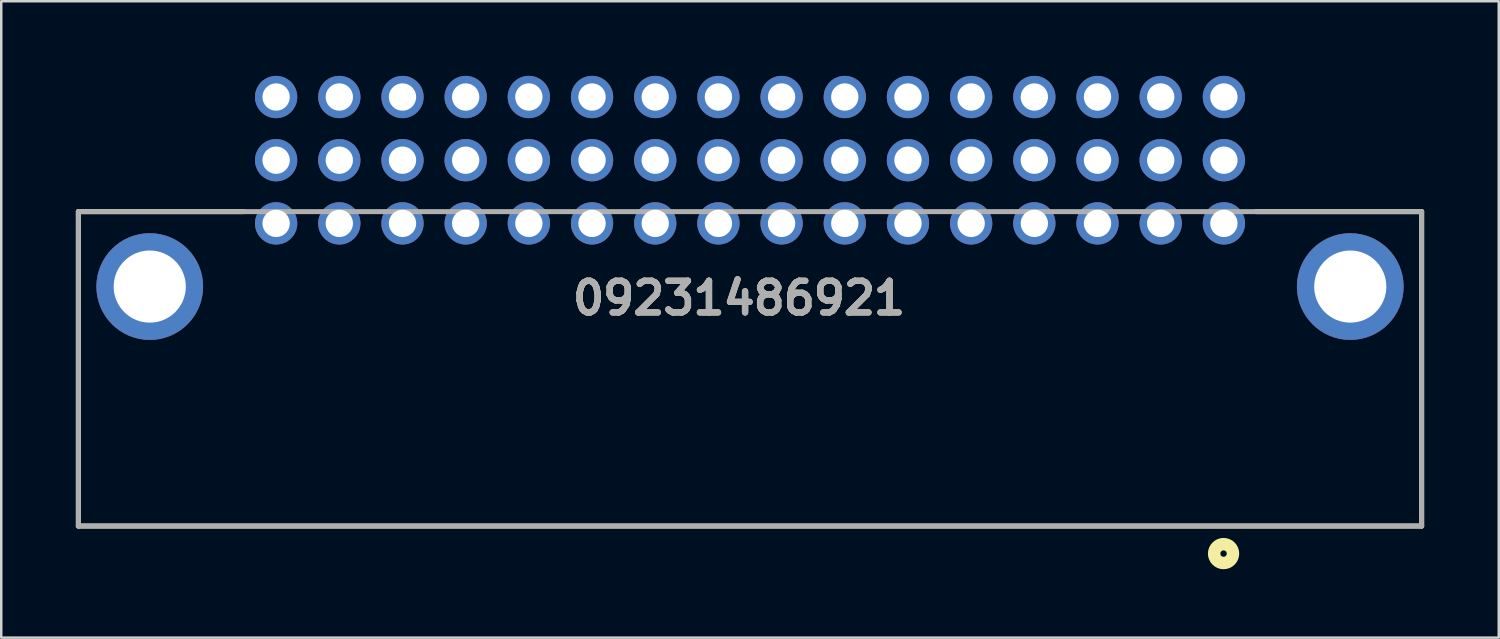
<source format=kicad_pcb>
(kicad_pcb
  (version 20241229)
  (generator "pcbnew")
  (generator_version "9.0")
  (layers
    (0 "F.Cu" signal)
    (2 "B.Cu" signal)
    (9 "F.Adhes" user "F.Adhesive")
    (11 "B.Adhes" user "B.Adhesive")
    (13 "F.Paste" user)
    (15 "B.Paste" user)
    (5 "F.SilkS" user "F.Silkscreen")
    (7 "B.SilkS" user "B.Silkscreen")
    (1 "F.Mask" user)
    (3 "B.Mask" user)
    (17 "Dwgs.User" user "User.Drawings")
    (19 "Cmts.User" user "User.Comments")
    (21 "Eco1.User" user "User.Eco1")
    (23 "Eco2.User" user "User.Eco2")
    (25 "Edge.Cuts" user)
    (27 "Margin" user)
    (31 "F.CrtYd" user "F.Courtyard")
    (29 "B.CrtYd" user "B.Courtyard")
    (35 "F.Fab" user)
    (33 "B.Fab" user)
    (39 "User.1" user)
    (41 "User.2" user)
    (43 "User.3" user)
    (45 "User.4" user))
  (footprint "09231486921"
    (layer "F.Cu")
    (at 27.1 5.457)
    (property "Reference" "09231486921" (at -0.44 3.477 0) (layer "F.SilkS") (effects (font (size 1.27 1.27) (thickness 0.254))))
    (attr through_hole)
    (fp_line (start -27 0) (end -27 12.64) (stroke (width 0.2) (type solid)) (layer "F.SilkS"))
    (fp_line (start -27 0) (end -20.335 0) (stroke (width 0.2) (type solid)) (layer "F.SilkS"))
    (fp_line (start -27 12.64) (end 27 12.64) (stroke (width 0.2) (type solid)) (layer "F.SilkS"))
    (fp_line (start 27 0) (end 20.335 0) (stroke (width 0.2) (type solid)) (layer "F.SilkS"))
    (fp_line (start 27 12.64) (end 27 0) (stroke (width 0.2) (type solid)) (layer "F.SilkS"))
    (fp_circle (center 19.037 13.747) (end 19.037 13.876) (stroke (width 0.5) (type solid)) (fill no) (layer "F.SilkS"))
    (fp_line (start -27 0) (end 27 0) (stroke (width 0.2) (type solid)) (layer "F.Fab"))
    (fp_line (start -27 12.64) (end -27 0) (stroke (width 0.2) (type solid)) (layer "F.Fab"))
    (fp_line (start 27 0) (end 27 12.64) (stroke (width 0.2) (type solid)) (layer "F.Fab"))
    (fp_line (start 27 12.64) (end -27 12.64) (stroke (width 0.2) (type solid)) (layer "F.Fab"))
    (fp_text user "${REFERENCE}" (at -0.44 3.477 0) (layer "F.Fab") (effects (font (size 1.27 1.27) (thickness 0.254))))
    (pad "A1" thru_hole circle (at 19.05 0.473) (size 1.7 1.7) (drill 1.1) (layers "*.Cu" "*.Mask"))
    (pad "A2" thru_hole circle (at 16.51 0.473) (size 1.7 1.7) (drill 1.1) (layers "*.Cu" "*.Mask"))
    (pad "A3" thru_hole circle (at 13.97 0.473) (size 1.7 1.7) (drill 1.1) (layers "*.Cu" "*.Mask"))
    (pad "A4" thru_hole circle (at 11.43 0.473) (size 1.7 1.7) (drill 1.1) (layers "*.Cu" "*.Mask"))
    (pad "A5" thru_hole circle (at 8.89 0.473) (size 1.7 1.7) (drill 1.1) (layers "*.Cu" "*.Mask"))
    (pad "A6" thru_hole circle (at 6.35 0.473) (size 1.7 1.7) (drill 1.1) (layers "*.Cu" "*.Mask"))
    (pad "A7" thru_hole circle (at 3.81 0.473) (size 1.7 1.7) (drill 1.1) (layers "*.Cu" "*.Mask"))
    (pad "A8" thru_hole circle (at 1.27 0.473) (size 1.7 1.7) (drill 1.1) (layers "*.Cu" "*.Mask"))
    (pad "A9" thru_hole circle (at -1.27 0.473) (size 1.7 1.7) (drill 1.1) (layers "*.Cu" "*.Mask"))
    (pad "A10" thru_hole circle (at -3.81 0.473) (size 1.7 1.7) (drill 1.1) (layers "*.Cu" "*.Mask"))
    (pad "A11" thru_hole circle (at -6.35 0.473) (size 1.7 1.7) (drill 1.1) (layers "*.Cu" "*.Mask"))
    (pad "A12" thru_hole circle (at -8.89 0.473) (size 1.7 1.7) (drill 1.1) (layers "*.Cu" "*.Mask"))
    (pad "A13" thru_hole circle (at -11.43 0.473) (size 1.7 1.7) (drill 1.1) (layers "*.Cu" "*.Mask"))
    (pad "A14" thru_hole circle (at -13.97 0.473) (size 1.7 1.7) (drill 1.1) (layers "*.Cu" "*.Mask"))
    (pad "A15" thru_hole circle (at -16.51 0.473) (size 1.7 1.7) (drill 1.1) (layers "*.Cu" "*.Mask"))
    (pad "A16" thru_hole circle (at -19.05 0.473) (size 1.7 1.7) (drill 1.1) (layers "*.Cu" "*.Mask"))
    (pad "B1" thru_hole circle (at 19.05 -2.067) (size 1.7 1.7) (drill 1.1) (layers "*.Cu" "*.Mask"))
    (pad "B2" thru_hole circle (at 16.51 -2.067) (size 1.7 1.7) (drill 1.1) (layers "*.Cu" "*.Mask"))
    (pad "B3" thru_hole circle (at 13.97 -2.067) (size 1.7 1.7) (drill 1.1) (layers "*.Cu" "*.Mask"))
    (pad "B4" thru_hole circle (at 11.43 -2.067) (size 1.7 1.7) (drill 1.1) (layers "*.Cu" "*.Mask"))
    (pad "B5" thru_hole circle (at 8.89 -2.067) (size 1.7 1.7) (drill 1.1) (layers "*.Cu" "*.Mask"))
    (pad "B6" thru_hole circle (at 6.35 -2.067) (size 1.7 1.7) (drill 1.1) (layers "*.Cu" "*.Mask"))
    (pad "B7" thru_hole circle (at 3.81 -2.067) (size 1.7 1.7) (drill 1.1) (layers "*.Cu" "*.Mask"))
    (pad "B8" thru_hole circle (at 1.27 -2.067) (size 1.7 1.7) (drill 1.1) (layers "*.Cu" "*.Mask"))
    (pad "B9" thru_hole circle (at -1.27 -2.067) (size 1.7 1.7) (drill 1.1) (layers "*.Cu" "*.Mask"))
    (pad "B10" thru_hole circle (at -3.81 -2.067) (size 1.7 1.7) (drill 1.1) (layers "*.Cu" "*.Mask"))
    (pad "B11" thru_hole circle (at -6.35 -2.067) (size 1.7 1.7) (drill 1.1) (layers "*.Cu" "*.Mask"))
    (pad "B12" thru_hole circle (at -8.89 -2.067) (size 1.7 1.7) (drill 1.1) (layers "*.Cu" "*.Mask"))
    (pad "B13" thru_hole circle (at -11.43 -2.067) (size 1.7 1.7) (drill 1.1) (layers "*.Cu" "*.Mask"))
    (pad "B14" thru_hole circle (at -13.97 -2.067) (size 1.7 1.7) (drill 1.1) (layers "*.Cu" "*.Mask"))
    (pad "B15" thru_hole circle (at -16.51 -2.067) (size 1.7 1.7) (drill 1.1) (layers "*.Cu" "*.Mask"))
    (pad "B16" thru_hole circle (at -19.05 -2.067) (size 1.7 1.7) (drill 1.1) (layers "*.Cu" "*.Mask"))
    (pad "C1" thru_hole circle (at 19.05 -4.607) (size 1.7 1.7) (drill 1.1) (layers "*.Cu" "*.Mask"))
    (pad "C2" thru_hole circle (at 16.51 -4.607) (size 1.7 1.7) (drill 1.1) (layers "*.Cu" "*.Mask"))
    (pad "C3" thru_hole circle (at 13.97 -4.607) (size 1.7 1.7) (drill 1.1) (layers "*.Cu" "*.Mask"))
    (pad "C4" thru_hole circle (at 11.43 -4.607) (size 1.7 1.7) (drill 1.1) (layers "*.Cu" "*.Mask"))
    (pad "C5" thru_hole circle (at 8.89 -4.607) (size 1.7 1.7) (drill 1.1) (layers "*.Cu" "*.Mask"))
    (pad "C6" thru_hole circle (at 6.35 -4.607) (size 1.7 1.7) (drill 1.1) (layers "*.Cu" "*.Mask"))
    (pad "C7" thru_hole circle (at 3.81 -4.607) (size 1.7 1.7) (drill 1.1) (layers "*.Cu" "*.Mask"))
    (pad "C8" thru_hole circle (at 1.27 -4.607) (size 1.7 1.7) (drill 1.1) (layers "*.Cu" "*.Mask"))
    (pad "C9" thru_hole circle (at -1.27 -4.607) (size 1.7 1.7) (drill 1.1) (layers "*.Cu" "*.Mask"))
    (pad "C10" thru_hole circle (at -3.81 -4.607) (size 1.7 1.7) (drill 1.1) (layers "*.Cu" "*.Mask"))
    (pad "C11" thru_hole circle (at -6.35 -4.607) (size 1.7 1.7) (drill 1.1) (layers "*.Cu" "*.Mask"))
    (pad "C12" thru_hole circle (at -8.89 -4.607) (size 1.7 1.7) (drill 1.1) (layers "*.Cu" "*.Mask"))
    (pad "C13" thru_hole circle (at -11.43 -4.607) (size 1.7 1.7) (drill 1.1) (layers "*.Cu" "*.Mask"))
    (pad "C14" thru_hole circle (at -13.97 -4.607) (size 1.7 1.7) (drill 1.1) (layers "*.Cu" "*.Mask"))
    (pad "C15" thru_hole circle (at -16.51 -4.607) (size 1.7 1.7) (drill 1.1) (layers "*.Cu" "*.Mask"))
    (pad "C16" thru_hole circle (at -19.05 -4.607) (size 1.7 1.7) (drill 1.1) (layers "*.Cu" "*.Mask"))
    (pad "MH1" thru_hole circle (at -24.13 3.013) (size 4.29 4.29) (drill 2.9) (layers "*.Cu" "*.Mask"))
    (pad "MH2" thru_hole circle (at 24.13 3.013) (size 4.29 4.29) (drill 2.9) (layers "*.Cu" "*.Mask")))
  (gr_rect
    (start -3 -3)
    (end 57.2 22.583)
    (stroke (width 0.1) (type default))
    (fill no)
    (layer "Edge.Cuts")))
</source>
